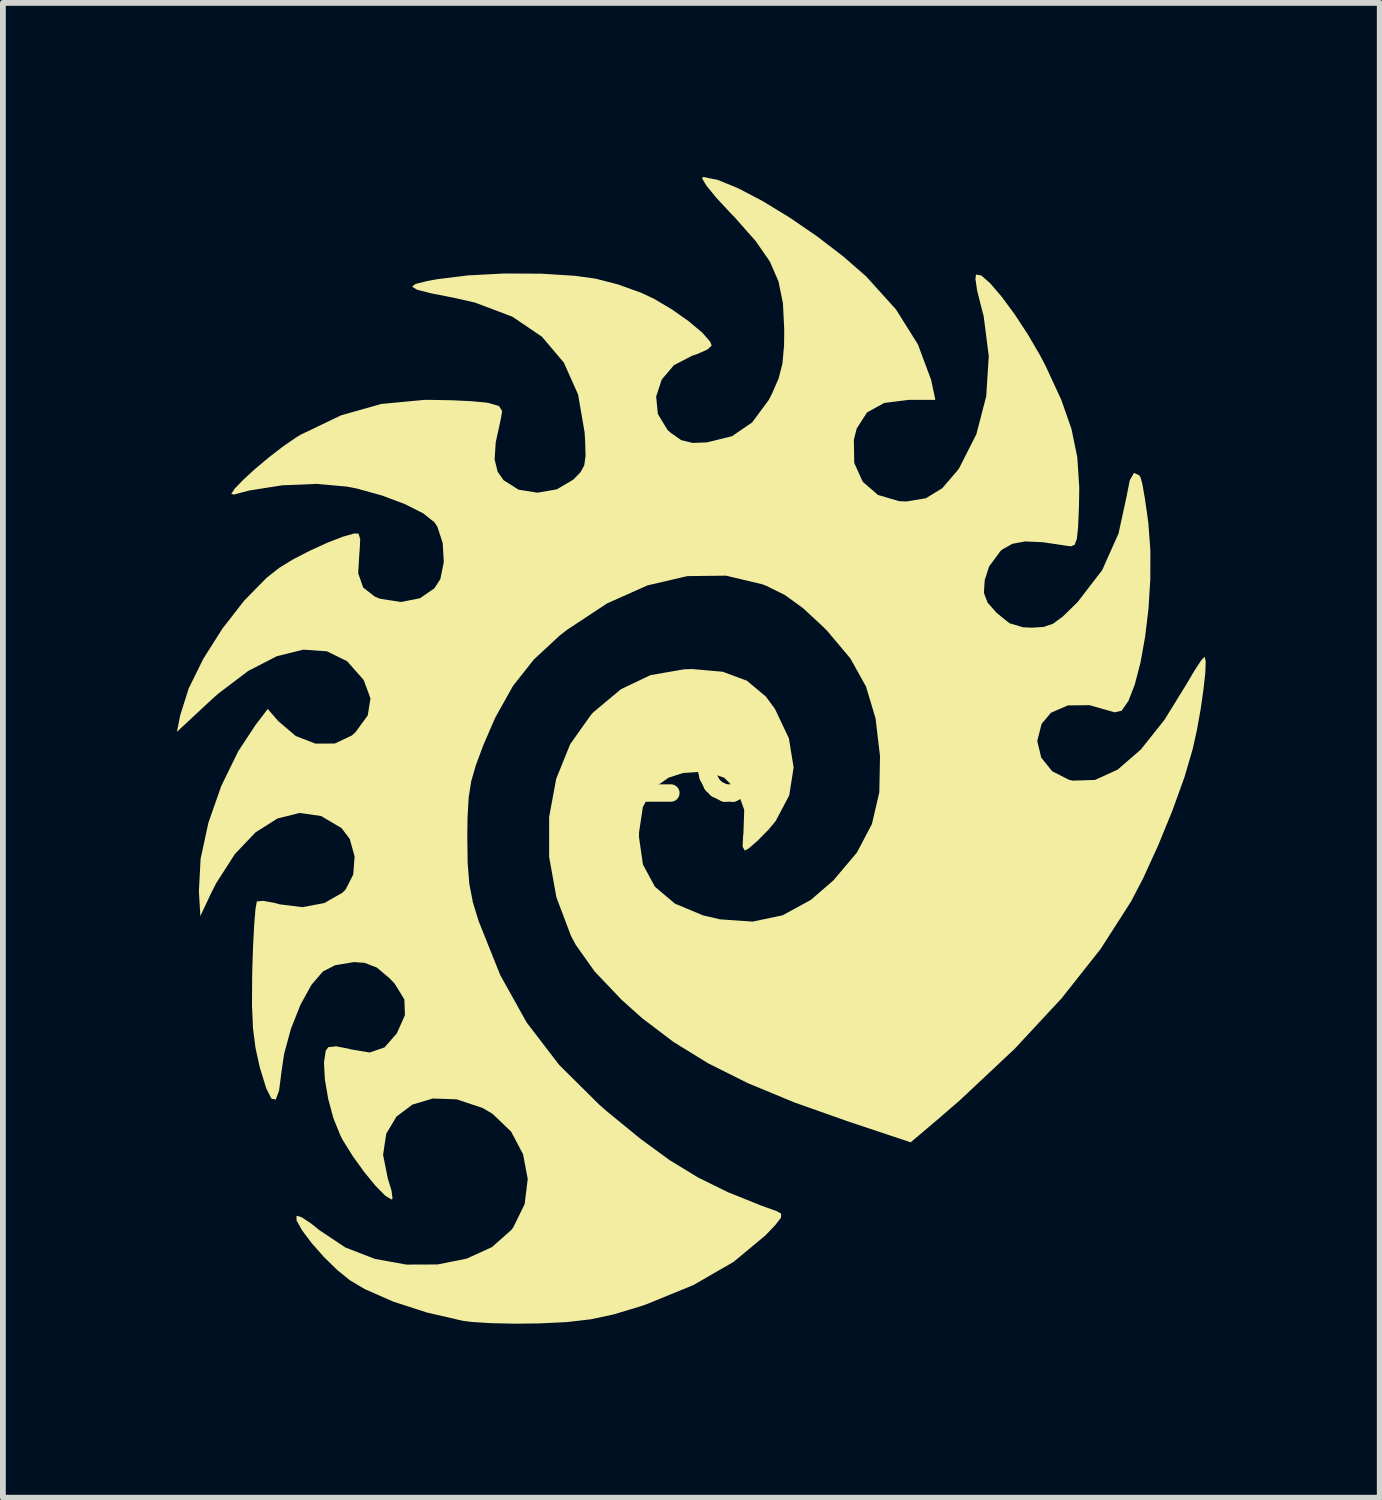
<source format=kicad_pcb>
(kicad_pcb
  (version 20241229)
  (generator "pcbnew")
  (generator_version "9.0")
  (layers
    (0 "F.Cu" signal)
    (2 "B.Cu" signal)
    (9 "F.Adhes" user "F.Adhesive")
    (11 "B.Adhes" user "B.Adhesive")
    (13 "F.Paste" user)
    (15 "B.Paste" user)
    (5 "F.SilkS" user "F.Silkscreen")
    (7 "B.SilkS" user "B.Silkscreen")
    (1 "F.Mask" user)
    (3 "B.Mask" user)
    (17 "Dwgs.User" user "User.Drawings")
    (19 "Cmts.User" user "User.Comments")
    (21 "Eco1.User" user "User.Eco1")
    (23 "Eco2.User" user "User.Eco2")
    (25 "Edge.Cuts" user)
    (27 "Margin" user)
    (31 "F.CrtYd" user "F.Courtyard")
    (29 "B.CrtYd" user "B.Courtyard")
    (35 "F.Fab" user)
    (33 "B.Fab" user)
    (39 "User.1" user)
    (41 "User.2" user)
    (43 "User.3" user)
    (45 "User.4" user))
  (footprint "20"
    (layer "F.Cu")
    (at 8.801 9.943)
    (property "Reference" "20" (at 0 0 0) (layer "F.SilkS") (effects (font (size 1.5 1.5) (thickness 0.3))))
    (attr board_only exclude_from_pos_files exclude_from_bom)
    (fp_poly (pts (xy 0.527 -9.89) (xy 0.882 -9.744) (xy 1.304 -9.522) (xy 1.764 -9.241) (xy 2.233 -8.92) (xy 2.683 -8.575) (xy 3.082 -8.227) (xy 3.595 -7.659) (xy 3.973 -7.057) (xy 4.201 -6.445) (xy 4.217 -6.371) (xy 4.274 -6.099) (xy 3.813 -6.099) (xy 3.393 -6.046) (xy 3.096 -5.883) (xy 2.918 -5.605) (xy 2.869 -5.411) (xy 2.876 -5.012) (xy 3.022 -4.688) (xy 3.286 -4.46) (xy 3.65 -4.353) (xy 3.777 -4.348) (xy 4.11 -4.403) (xy 4.393 -4.576) (xy 4.661 -4.889) (xy 4.69 -4.932) (xy 4.981 -5.507) (xy 5.151 -6.161) (xy 5.195 -6.853) (xy 5.107 -7.544) (xy 5.06 -7.722) (xy 4.994 -7.987) (xy 4.965 -8.184) (xy 4.975 -8.26) (xy 5.066 -8.244) (xy 5.221 -8.108) (xy 5.419 -7.876) (xy 5.641 -7.575) (xy 5.868 -7.229) (xy 6.082 -6.863) (xy 6.175 -6.684) (xy 6.444 -6.103) (xy 6.621 -5.598) (xy 6.721 -5.112) (xy 6.755 -4.591) (xy 6.75 -4.252) (xy 6.735 -3.91) (xy 6.714 -3.705) (xy 6.677 -3.603) (xy 6.615 -3.575) (xy 6.559 -3.581) (xy 6.13 -3.645) (xy 5.823 -3.659) (xy 5.602 -3.618) (xy 5.43 -3.521) (xy 5.399 -3.496) (xy 5.201 -3.228) (xy 5.125 -2.991) (xy 5.111 -2.771) (xy 5.175 -2.604) (xy 5.331 -2.427) (xy 5.551 -2.249) (xy 5.787 -2.179) (xy 5.942 -2.172) (xy 6.141 -2.185) (xy 6.301 -2.239) (xy 6.47 -2.363) (xy 6.695 -2.582) (xy 6.731 -2.619) (xy 7.15 -3.164) (xy 7.432 -3.795) (xy 7.568 -4.421) (xy 7.626 -4.713) (xy 7.698 -4.84) (xy 7.787 -4.8) (xy 7.81 -4.766) (xy 7.842 -4.652) (xy 7.884 -4.414) (xy 7.93 -4.098) (xy 7.947 -3.967) (xy 7.981 -3.505) (xy 7.98 -3.009) (xy 7.949 -2.505) (xy 7.891 -2.018) (xy 7.811 -1.573) (xy 7.713 -1.194) (xy 7.603 -0.909) (xy 7.485 -0.74) (xy 7.365 -0.713) (xy 6.931 -0.836) (xy 6.559 -0.832) (xy 6.268 -0.706) (xy 6.106 -0.514) (xy 6.031 -0.218) (xy 6.099 0.067) (xy 6.288 0.303) (xy 6.578 0.45) (xy 6.643 0.465) (xy 7.027 0.453) (xy 7.418 0.274) (xy 7.817 -0.072) (xy 8.225 -0.585) (xy 8.599 -1.191) (xy 8.743 -1.435) (xy 8.857 -1.608) (xy 8.915 -1.671) (xy 8.935 -1.595) (xy 8.928 -1.394) (xy 8.896 -1.104) (xy 8.847 -0.763) (xy 8.784 -0.41) (xy 8.712 -0.084) (xy 8.568 0.407) (xy 8.361 0.981) (xy 8.115 1.582) (xy 7.855 2.151) (xy 7.647 2.55) (xy 7.124 3.366) (xy 6.451 4.217) (xy 5.639 5.091) (xy 4.698 5.974) (xy 4.327 6.295) (xy 3.849 6.7) (xy 2.781 6.344) (xy 1.842 6.012) (xy 1.043 5.681) (xy 0.357 5.338) (xy -0.242 4.969) (xy -0.782 4.559) (xy -1.137 4.241) (xy -1.601 3.753) (xy -1.925 3.296) (xy -2.007 3.143) (xy -2.259 2.475) (xy -2.384 1.781) (xy -2.384 1.091) (xy -2.262 0.432) (xy -2.021 -0.164) (xy -1.663 -0.669) (xy -1.622 -0.714) (xy -1.147 -1.111) (xy -0.637 -1.354) (xy -0.06 -1.454) (xy 0.084 -1.459) (xy 0.61 -1.412) (xy 1.025 -1.258) (xy 1.353 -0.984) (xy 1.509 -0.772) (xy 1.749 -0.265) (xy 1.831 0.238) (xy 1.755 0.719) (xy 1.521 1.162) (xy 1.4 1.307) (xy 1.209 1.502) (xy 1.056 1.634) (xy 0.988 1.671) (xy 0.951 1.6) (xy 0.959 1.424) (xy 0.965 1.385) (xy 0.979 0.969) (xy 0.862 0.641) (xy 0.634 0.415) (xy 0.316 0.307) (xy -0.074 0.333) (xy -0.324 0.413) (xy -0.6 0.607) (xy -0.768 0.919) (xy -0.834 1.356) (xy -0.835 1.437) (xy -0.767 1.911) (xy -0.561 2.293) (xy -0.216 2.585) (xy 0.27 2.788) (xy 0.562 2.856) (xy 1.126 2.895) (xy 1.641 2.786) (xy 2.126 2.522) (xy 2.516 2.185) (xy 2.922 1.705) (xy 3.181 1.212) (xy 3.308 0.666) (xy 3.32 0.042) (xy 3.243 -0.61) (xy 3.079 -1.156) (xy 2.809 -1.642) (xy 2.411 -2.115) (xy 2.347 -2.18) (xy 1.993 -2.509) (xy 1.68 -2.735) (xy 1.357 -2.895) (xy 1.295 -2.919) (xy 0.665 -3.069) (xy -0.001 -3.061) (xy -0.689 -2.901) (xy -1.386 -2.59) (xy -2.08 -2.132) (xy -2.207 -2.032) (xy -2.649 -1.622) (xy -3.007 -1.168) (xy -3.312 -0.624) (xy -3.519 -0.146) (xy -3.646 0.195) (xy -3.727 0.474) (xy -3.771 0.753) (xy -3.791 1.094) (xy -3.795 1.42) (xy -3.789 1.884) (xy -3.76 2.243) (xy -3.7 2.557) (xy -3.601 2.883) (xy -3.226 3.819) (xy -2.771 4.635) (xy -2.21 5.367) (xy -1.519 6.052) (xy -1.384 6.17) (xy -0.812 6.638) (xy -0.306 7.008) (xy 0.182 7.306) (xy 0.696 7.559) (xy 1.283 7.795) (xy 1.539 7.887) (xy 1.616 7.93) (xy 1.612 8.001) (xy 1.512 8.13) (xy 1.346 8.304) (xy 0.796 8.761) (xy 0.103 9.161) (xy -0.718 9.497) (xy -0.836 9.536) (xy -1.276 9.668) (xy -1.665 9.751) (xy -2.075 9.799) (xy -2.548 9.822) (xy -2.973 9.827) (xy -3.382 9.818) (xy -3.717 9.797) (xy -3.872 9.777) (xy -4.49 9.635) (xy -5.07 9.447) (xy -5.564 9.23) (xy -5.818 9.079) (xy -6.036 8.903) (xy -6.265 8.679) (xy -6.477 8.439) (xy -6.643 8.218) (xy -6.738 8.047) (xy -6.74 7.966) (xy -6.656 7.989) (xy -6.49 8.098) (xy -6.342 8.217) (xy -5.895 8.514) (xy -5.385 8.711) (xy -4.845 8.808) (xy -4.307 8.806) (xy -3.805 8.705) (xy -3.369 8.506) (xy -3.034 8.209) (xy -3.002 8.166) (xy -2.806 7.765) (xy -2.753 7.332) (xy -2.834 6.904) (xy -3.039 6.517) (xy -3.359 6.209) (xy -3.534 6.107) (xy -3.979 5.959) (xy -4.389 5.945) (xy -4.742 6.05) (xy -5.016 6.257) (xy -5.192 6.551) (xy -5.247 6.916) (xy -5.166 7.32) (xy -5.101 7.534) (xy -5.084 7.667) (xy -5.097 7.687) (xy -5.208 7.622) (xy -5.376 7.451) (xy -5.574 7.21) (xy -5.771 6.936) (xy -5.939 6.666) (xy -5.982 6.584) (xy -6.102 6.289) (xy -6.193 5.952) (xy -6.25 5.617) (xy -6.266 5.326) (xy -6.236 5.123) (xy -6.192 5.06) (xy -6.055 5.045) (xy -5.843 5.086) (xy -5.807 5.097) (xy -5.478 5.152) (xy -5.222 5.064) (xy -5.012 4.824) (xy -5.008 4.818) (xy -4.87 4.507) (xy -4.88 4.237) (xy -5.044 3.969) (xy -5.13 3.877) (xy -5.353 3.688) (xy -5.566 3.606) (xy -5.746 3.593) (xy -6.071 3.646) (xy -6.284 3.755) (xy -6.48 3.983) (xy -6.671 4.328) (xy -6.835 4.742) (xy -6.953 5.176) (xy -6.999 5.489) (xy -7.04 5.809) (xy -7.097 5.962) (xy -7.171 5.949) (xy -7.261 5.77) (xy -7.367 5.425) (xy -7.378 5.383) (xy -7.447 5.069) (xy -7.489 4.737) (xy -7.507 4.342) (xy -7.504 3.837) (xy -7.501 3.702) (xy -7.487 3.289) (xy -7.468 2.938) (xy -7.447 2.682) (xy -7.425 2.555) (xy -7.421 2.547) (xy -7.316 2.537) (xy -7.115 2.573) (xy -7.027 2.598) (xy -6.638 2.646) (xy -6.259 2.575) (xy -5.95 2.398) (xy -5.893 2.342) (xy -5.761 2.084) (xy -5.738 1.771) (xy -5.821 1.471) (xy -5.963 1.283) (xy -6.315 1.075) (xy -6.689 1.022) (xy -7.07 1.119) (xy -7.446 1.357) (xy -7.802 1.731) (xy -8.124 2.233) (xy -8.22 2.423) (xy -8.397 2.799) (xy -8.422 2.37) (xy -8.393 1.814) (xy -8.259 1.194) (xy -8.037 0.558) (xy -7.743 -0.043) (xy -7.449 -0.49) (xy -7.235 -0.771) (xy -7.055 -0.562) (xy -6.751 -0.304) (xy -6.414 -0.173) (xy -6.079 -0.175) (xy -5.784 -0.314) (xy -5.723 -0.369) (xy -5.511 -0.66) (xy -5.464 -0.953) (xy -5.579 -1.264) (xy -5.587 -1.277) (xy -5.866 -1.593) (xy -6.215 -1.765) (xy -6.623 -1.793) (xy -7.079 -1.68) (xy -7.572 -1.426) (xy -8.091 -1.033) (xy -8.228 -0.91) (xy -8.801 -0.376) (xy -8.744 -0.663) (xy -8.598 -1.124) (xy -8.346 -1.636) (xy -8.018 -2.154) (xy -7.645 -2.634) (xy -7.256 -3.031) (xy -7.038 -3.203) (xy -6.8 -3.349) (xy -6.509 -3.499) (xy -6.209 -3.636) (xy -5.939 -3.741) (xy -5.743 -3.796) (xy -5.67 -3.794) (xy -5.641 -3.695) (xy -5.651 -3.502) (xy -5.655 -3.47) (xy -5.676 -3.11) (xy -5.59 -2.864) (xy -5.389 -2.707) (xy -5.295 -2.67) (xy -4.936 -2.615) (xy -4.61 -2.68) (xy -4.361 -2.852) (xy -4.26 -3.01) (xy -4.2 -3.303) (xy -4.219 -3.63) (xy -4.31 -3.911) (xy -4.362 -3.99) (xy -4.557 -4.144) (xy -4.875 -4.304) (xy -5.269 -4.452) (xy -5.695 -4.57) (xy -5.867 -4.604) (xy -6.396 -4.651) (xy -6.989 -4.626) (xy -7.559 -4.536) (xy -7.817 -4.467) (xy -7.864 -4.479) (xy -7.803 -4.571) (xy -7.659 -4.72) (xy -7.458 -4.905) (xy -7.223 -5.102) (xy -6.979 -5.291) (xy -6.752 -5.448) (xy -6.666 -5.5) (xy -5.969 -5.834) (xy -5.277 -6.029) (xy -4.535 -6.099) (xy -4.441 -6.099) (xy -4.069 -6.093) (xy -3.73 -6.077) (xy -3.481 -6.054) (xy -3.429 -6.046) (xy -3.248 -5.993) (xy -3.194 -5.905) (xy -3.216 -5.774) (xy -3.305 -5.366) (xy -3.324 -5.073) (xy -3.272 -4.861) (xy -3.17 -4.715) (xy -2.911 -4.551) (xy -2.585 -4.499) (xy -2.251 -4.557) (xy -1.965 -4.726) (xy -1.965 -4.727) (xy -1.845 -4.849) (xy -1.779 -4.969) (xy -1.756 -5.137) (xy -1.764 -5.403) (xy -1.773 -5.541) (xy -1.885 -6.192) (xy -2.13 -6.741) (xy -2.508 -7.188) (xy -3.017 -7.533) (xy -3.66 -7.776) (xy -4.015 -7.857) (xy -4.417 -7.936) (xy -4.659 -7.998) (xy -4.747 -8.05) (xy -4.689 -8.097) (xy -4.488 -8.148) (xy -4.313 -8.18) (xy -3.775 -8.246) (xy -3.156 -8.278) (xy -2.522 -8.275) (xy -1.938 -8.238) (xy -1.587 -8.19) (xy -1.205 -8.092) (xy -0.803 -7.948) (xy -0.578 -7.843) (xy -0.266 -7.658) (xy 0.022 -7.455) (xy 0.253 -7.261) (xy 0.392 -7.103) (xy 0.418 -7.036) (xy 0.346 -6.968) (xy 0.165 -6.888) (xy 0.083 -6.861) (xy -0.232 -6.698) (xy -0.443 -6.45) (xy -0.539 -6.157) (xy -0.51 -5.856) (xy -0.345 -5.584) (xy -0.294 -5.536) (xy -0.107 -5.405) (xy 0.089 -5.357) (xy 0.339 -5.367) (xy 0.769 -5.473) (xy 1.116 -5.711) (xy 1.398 -6.092) (xy 1.455 -6.2) (xy 1.572 -6.468) (xy 1.638 -6.725) (xy 1.666 -7.038) (xy 1.669 -7.306) (xy 1.647 -7.762) (xy 1.57 -8.141) (xy 1.42 -8.486) (xy 1.176 -8.838) (xy 0.821 -9.239) (xy 0.738 -9.325) (xy 0.493 -9.589) (xy 0.327 -9.793) (xy 0.254 -9.916) (xy 0.268 -9.943)) (stroke (width 0) (type solid)) (fill yes) (layer "F.SilkS")))
  (gr_rect
    (start -3 -3)
    (end 20.736 22.77)
    (stroke (width 0.1) (type default))
    (fill no)
    (layer "Edge.Cuts")))
</source>
